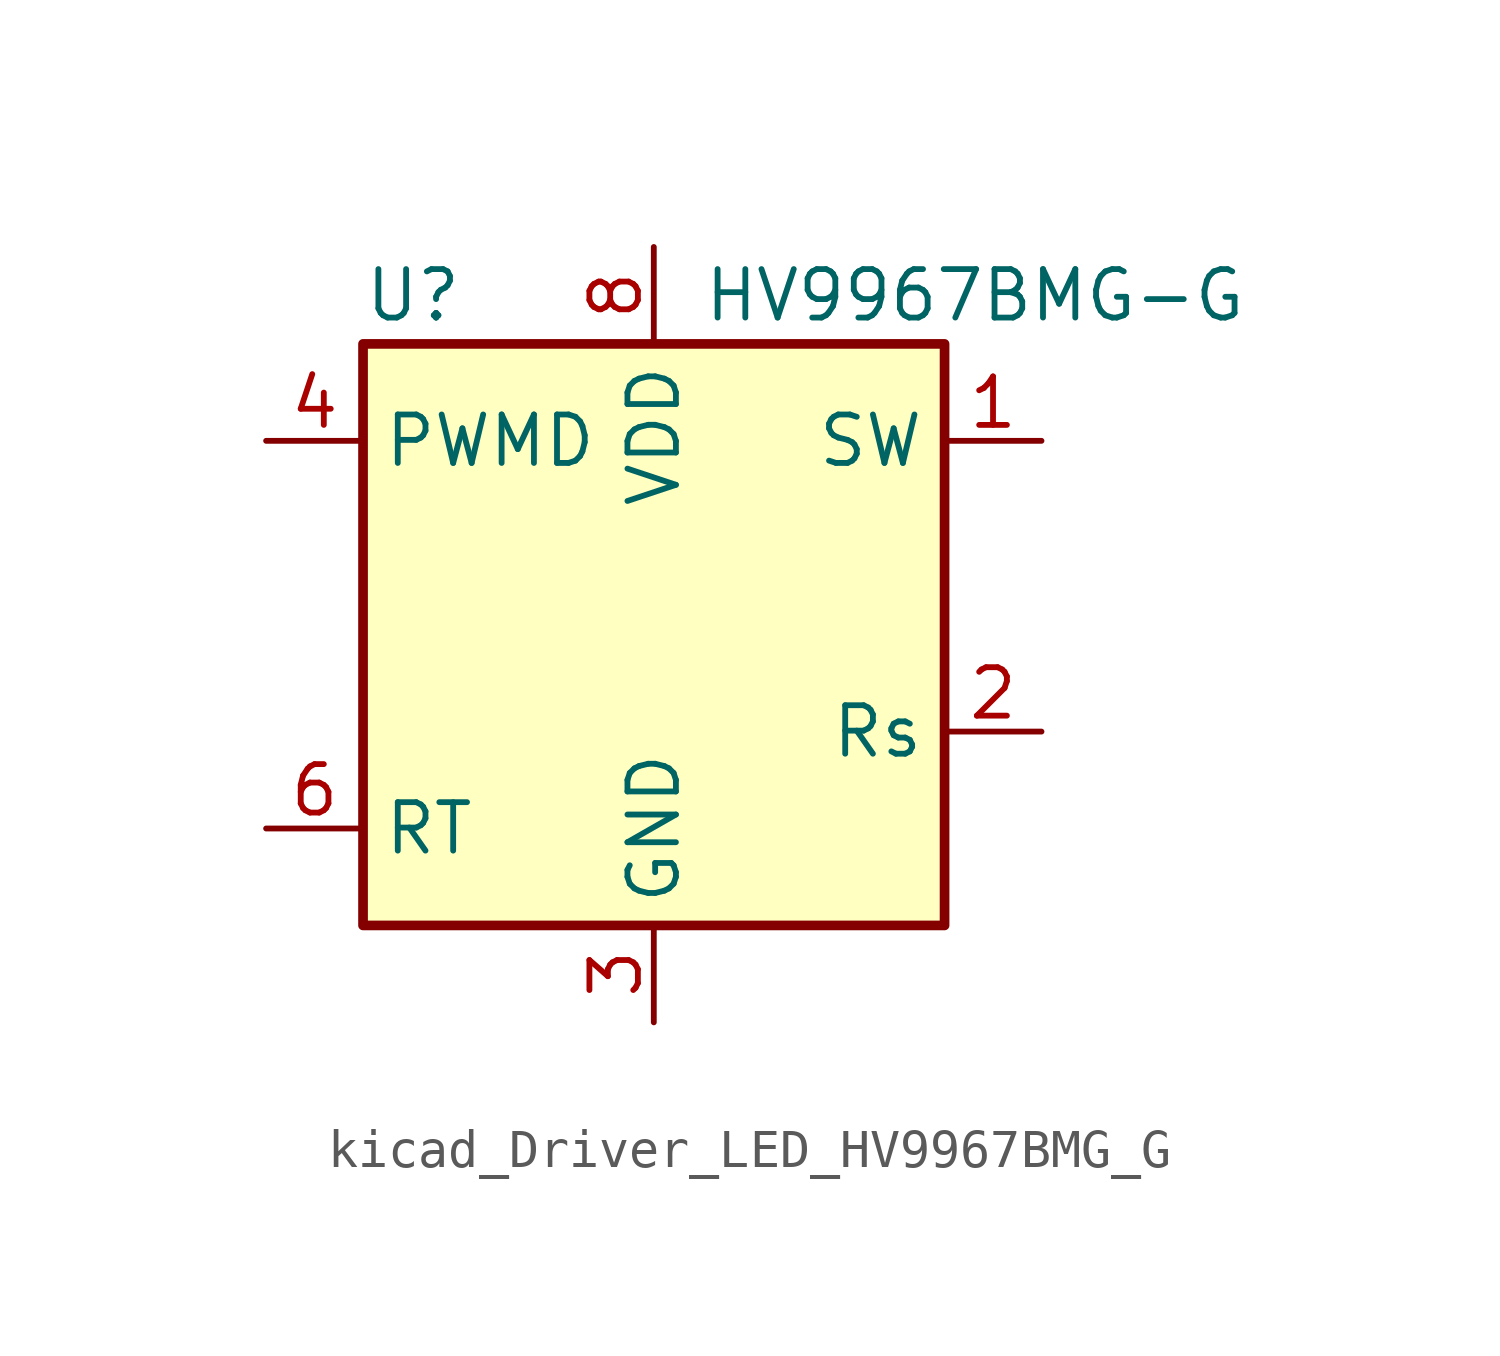
<source format=kicad_sym>
(kicad_symbol_lib
  (version 20220914)
  (generator kicad_symbol_editor)
  (symbol "kicad_Driver_LED_HV9967BMG_G"
    (property "Reference" "U"
      (at -7.62 8.89 0)
      (effects (font (size 1.27 1.27)) (justify left)))
    (property "Value" "HV9967BMG-G"
      (at 1.27 8.89 0)
      (effects (font (size 1.27 1.27)) (justify left)))
    (symbol "kicad_Driver_LED_HV9967BMG_G_0_1"
      (rectangle (start -7.62 7.62) (end 7.62 -7.62) (stroke (width 0.254) (type default)) (fill (type background))))
    (symbol "kicad_Driver_LED_HV9967BMG_G_1_1"
      (pin output line (at 10.16 5.08 180) (length 2.54) (name "SW" (effects (font (size 1.27 1.27)))) (number "1" (effects (font (size 1.27 1.27)))))
      (pin input line (at 10.16 -2.54 180) (length 2.54) (name "Rs" (effects (font (size 1.27 1.27)))) (number "2" (effects (font (size 1.27 1.27)))))
      (pin power_in line (at 0 -10.16 90) (length 2.54) (name "GND" (effects (font (size 1.27 1.27)))) (number "3" (effects (font (size 1.27 1.27)))))
      (pin output line (at -10.16 5.08 0) (length 2.54) (name "PWMD" (effects (font (size 1.27 1.27)))) (number "4" (effects (font (size 1.27 1.27)))))
      (pin input line (at -10.16 -5.08 0) (length 2.54) (name "RT" (effects (font (size 1.27 1.27)))) (number "6" (effects (font (size 1.27 1.27)))))
      (pin passive line (at 0 -10.16 90) (length 2.54) hide (name "GND" (effects (font (size 1.27 1.27)))) (number "7" (effects (font (size 1.27 1.27)))))
      (pin power_out line (at 0 10.16 270) (length 2.54) (name "VDD" (effects (font (size 1.27 1.27)))) (number "8" (effects (font (size 1.27 1.27))))))))
</source>
